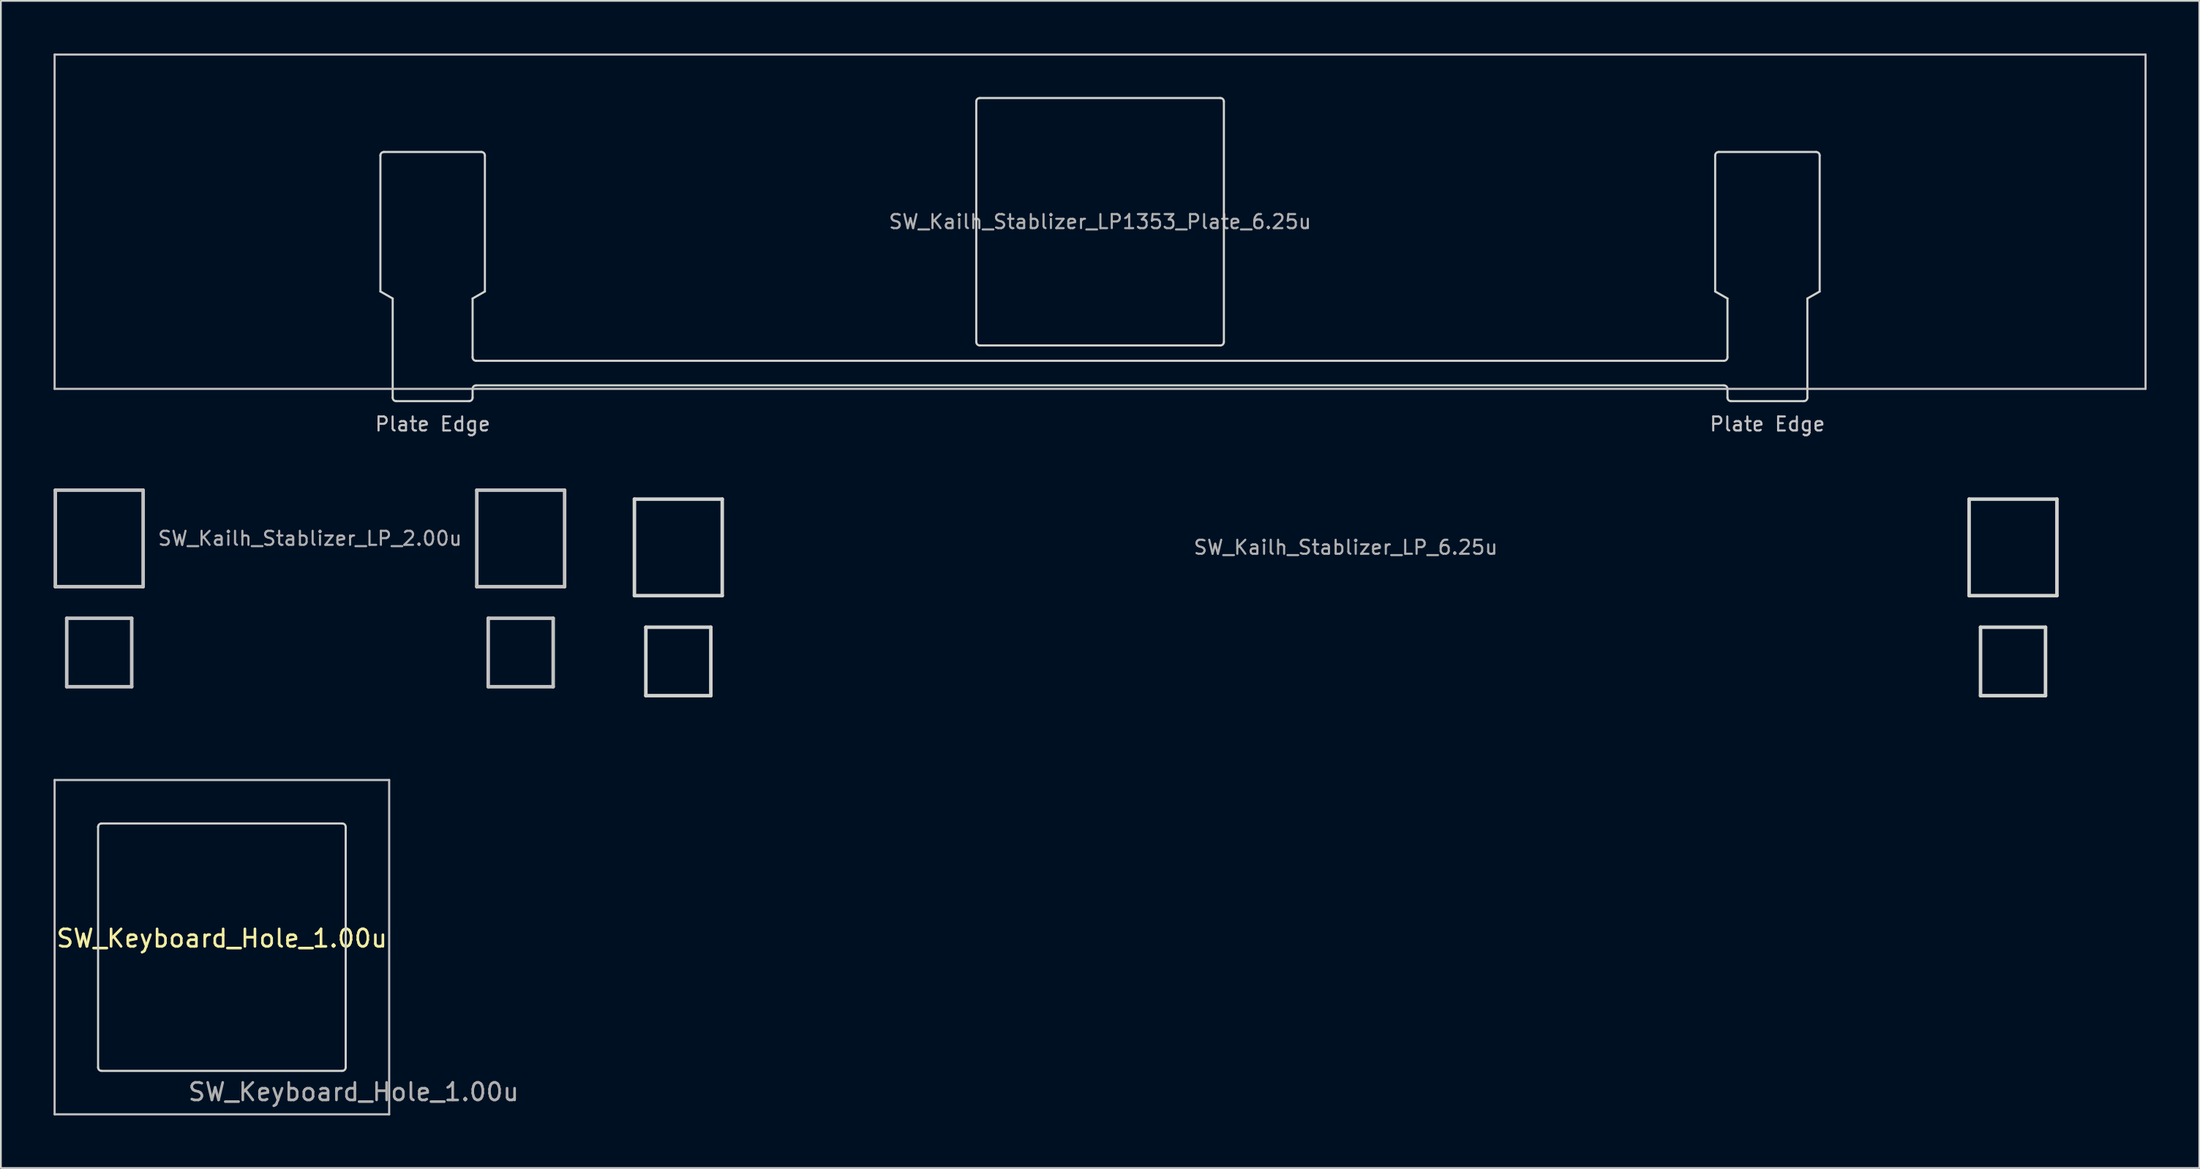
<source format=kicad_pcb>
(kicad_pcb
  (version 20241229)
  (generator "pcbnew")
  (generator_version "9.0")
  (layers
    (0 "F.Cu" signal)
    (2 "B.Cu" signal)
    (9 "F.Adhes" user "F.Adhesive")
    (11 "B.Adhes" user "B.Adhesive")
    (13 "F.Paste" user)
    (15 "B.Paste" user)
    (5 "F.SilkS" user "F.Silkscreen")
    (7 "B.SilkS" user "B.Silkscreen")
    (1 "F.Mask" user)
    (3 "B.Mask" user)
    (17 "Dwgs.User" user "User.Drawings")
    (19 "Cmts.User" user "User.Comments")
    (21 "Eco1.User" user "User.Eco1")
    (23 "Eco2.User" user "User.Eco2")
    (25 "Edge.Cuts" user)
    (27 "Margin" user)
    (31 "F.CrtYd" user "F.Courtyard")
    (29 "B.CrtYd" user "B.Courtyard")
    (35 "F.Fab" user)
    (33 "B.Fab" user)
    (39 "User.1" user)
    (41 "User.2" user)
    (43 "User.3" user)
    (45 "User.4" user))
  (footprint "SW_Kailh_Stablizer_LP_2.00u"
    (layer "F.Cu")
    (at 14.6 27.632)
    (property "Reference" "SW_Kailh_Stablizer_LP_2.00u" (at 0 0 0) (layer "F.Fab") (effects (font (size 0.8 0.8) (thickness 0.12))))
    (attr smd)
    (fp_line (start -14.5 -2.75) (end -14.5 2.75) (stroke (width 0.2) (type solid)) (layer "Dwgs.User"))
    (fp_line (start -14.5 2.75) (end -9.5 2.75) (stroke (width 0.2) (type solid)) (layer "Dwgs.User"))
    (fp_line (start -13.85 8.45) (end -13.85 4.55) (stroke (width 0.2) (type solid)) (layer "Dwgs.User"))
    (fp_line (start -13.85 8.45) (end -10.15 8.45) (stroke (width 0.2) (type solid)) (layer "Dwgs.User"))
    (fp_line (start -10.15 4.55) (end -13.85 4.55) (stroke (width 0.2) (type solid)) (layer "Dwgs.User"))
    (fp_line (start -10.15 8.45) (end -10.15 4.55) (stroke (width 0.2) (type solid)) (layer "Dwgs.User"))
    (fp_line (start -9.5 -2.75) (end -14.5 -2.75) (stroke (width 0.2) (type solid)) (layer "Dwgs.User"))
    (fp_line (start -9.5 2.75) (end -9.5 -2.75) (stroke (width 0.2) (type solid)) (layer "Dwgs.User"))
    (fp_line (start 9.5 -2.75) (end 9.5 2.75) (stroke (width 0.2) (type solid)) (layer "Dwgs.User"))
    (fp_line (start 9.5 2.75) (end 14.5 2.75) (stroke (width 0.2) (type solid)) (layer "Dwgs.User"))
    (fp_line (start 10.15 8.45) (end 10.15 4.55) (stroke (width 0.2) (type solid)) (layer "Dwgs.User"))
    (fp_line (start 10.15 8.45) (end 13.85 8.45) (stroke (width 0.2) (type solid)) (layer "Dwgs.User"))
    (fp_line (start 13.85 4.55) (end 10.15 4.55) (stroke (width 0.2) (type solid)) (layer "Dwgs.User"))
    (fp_line (start 13.85 8.45) (end 13.85 4.55) (stroke (width 0.2) (type solid)) (layer "Dwgs.User"))
    (fp_line (start 14.5 -2.75) (end 9.5 -2.75) (stroke (width 0.2) (type solid)) (layer "Dwgs.User"))
    (fp_line (start 14.5 2.75) (end 14.5 -2.75) (stroke (width 0.2) (type solid)) (layer "Dwgs.User")))
  (footprint "SW_Kailh_Stablizer_LP1353_Plate_6.25u"
    (layer "F.Cu")
    (at 59.591 9.585)
    (property "Reference" "SW_Kailh_Stablizer_LP1353_Plate_6.25u" (at 0 0 0) (layer "F.Fab") (effects (font (size 0.8 0.8) (thickness 0.12))))
    (attr smd)
    (fp_line (start -59.531 9.525) (end -59.531 -9.525) (stroke (width 0.12) (type default)) (layer "Dwgs.User"))
    (fp_line (start -59.531 9.525) (end 59.531 9.525) (stroke (width 0.12) (type default)) (layer "Dwgs.User"))
    (fp_line (start 59.531 -9.525) (end -59.531 -9.525) (stroke (width 0.12) (type default)) (layer "Dwgs.User"))
    (fp_line (start 59.531 9.525) (end 59.531 -9.525) (stroke (width 0.12) (type default)) (layer "Dwgs.User"))
    (fp_line (start -40.98 3.975) (end -40.98 -3.775) (stroke (width 0.12) (type default)) (layer "Edge.Cuts"))
    (fp_line (start -40.98 3.975) (end -40.28 4.375) (stroke (width 0.12) (type default)) (layer "Edge.Cuts"))
    (fp_line (start -40.78 -3.975) (end -35.23 -3.975) (stroke (width 0.12) (type default)) (layer "Edge.Cuts"))
    (fp_line (start -40.28 4.375) (end -40.28 10.025) (stroke (width 0.12) (type default)) (layer "Edge.Cuts"))
    (fp_line (start -40.08 10.225) (end -35.93 10.225) (stroke (width 0.12) (type default)) (layer "Edge.Cuts"))
    (fp_line (start -35.73 4.375) (end -35.73 7.725) (stroke (width 0.12) (type default)) (layer "Edge.Cuts"))
    (fp_line (start -35.73 10.025) (end -35.73 9.525) (stroke (width 0.12) (type default)) (layer "Edge.Cuts"))
    (fp_line (start -35.53 7.925) (end 35.525 7.925) (stroke (width 0.12) (type default)) (layer "Edge.Cuts"))
    (fp_line (start -35.53 9.325) (end 35.525 9.325) (stroke (width 0.12) (type default)) (layer "Edge.Cuts"))
    (fp_line (start -35.03 3.975) (end -35.73 4.375) (stroke (width 0.12) (type default)) (layer "Edge.Cuts"))
    (fp_line (start -35.03 3.975) (end -35.03 -3.775) (stroke (width 0.12) (type default)) (layer "Edge.Cuts"))
    (fp_line (start -7.05 6.85) (end -7.05 -6.85) (stroke (width 0.12) (type default)) (layer "Edge.Cuts"))
    (fp_line (start -6.85 -7.05) (end 6.85 -7.05) (stroke (width 0.12) (type default)) (layer "Edge.Cuts"))
    (fp_line (start 6.85 7.05) (end -6.85 7.05) (stroke (width 0.12) (type default)) (layer "Edge.Cuts"))
    (fp_line (start 7.05 6.85) (end 7.05 -6.85) (stroke (width 0.12) (type default)) (layer "Edge.Cuts"))
    (fp_line (start 35.025 3.975) (end 35.025 -3.775) (stroke (width 0.12) (type default)) (layer "Edge.Cuts"))
    (fp_line (start 35.025 3.975) (end 35.725 4.375) (stroke (width 0.12) (type default)) (layer "Edge.Cuts"))
    (fp_line (start 35.725 4.375) (end 35.725 7.725) (stroke (width 0.12) (type default)) (layer "Edge.Cuts"))
    (fp_line (start 35.725 10.025) (end 35.725 9.525) (stroke (width 0.12) (type default)) (layer "Edge.Cuts"))
    (fp_line (start 40.075 10.225) (end 35.925 10.225) (stroke (width 0.12) (type default)) (layer "Edge.Cuts"))
    (fp_line (start 40.275 4.375) (end 40.275 10.025) (stroke (width 0.12) (type default)) (layer "Edge.Cuts"))
    (fp_line (start 40.775 -3.975) (end 35.225 -3.975) (stroke (width 0.12) (type default)) (layer "Edge.Cuts"))
    (fp_line (start 40.975 3.975) (end 40.275 4.375) (stroke (width 0.12) (type default)) (layer "Edge.Cuts"))
    (fp_line (start 40.975 3.975) (end 40.975 -3.775) (stroke (width 0.12) (type default)) (layer "Edge.Cuts"))
    (fp_arc (start -40.98 -3.775) (mid -40.921421 -3.916421) (end -40.78 -3.975) (stroke (width 0.12) (type default)) (layer "Edge.Cuts"))
    (fp_arc (start -40.08 10.225) (mid -40.221421 10.166421) (end -40.28 10.025) (stroke (width 0.12) (type default)) (layer "Edge.Cuts"))
    (fp_arc (start -35.73 9.525) (mid -35.671421 9.383579) (end -35.53 9.325) (stroke (width 0.12) (type default)) (layer "Edge.Cuts"))
    (fp_arc (start -35.73 10.025) (mid -35.788579 10.166421) (end -35.93 10.225) (stroke (width 0.12) (type default)) (layer "Edge.Cuts"))
    (fp_arc (start -35.53 7.925) (mid -35.671421 7.866421) (end -35.73 7.725) (stroke (width 0.12) (type default)) (layer "Edge.Cuts"))
    (fp_arc (start -35.23 -3.975) (mid -35.088608 -3.916392) (end -35.03 -3.775) (stroke (width 0.12) (type default)) (layer "Edge.Cuts"))
    (fp_arc (start -7.05 -6.85) (mid -6.991415 -6.991415) (end -6.85 -7.05) (stroke (width 0.12) (type default)) (layer "Edge.Cuts"))
    (fp_arc (start -6.85 7.05) (mid -6.991415 6.991415) (end -7.05 6.85) (stroke (width 0.12) (type default)) (layer "Edge.Cuts"))
    (fp_arc (start 6.85 -7.05) (mid 6.991421 -6.991421) (end 7.05 -6.85) (stroke (width 0.12) (type default)) (layer "Edge.Cuts"))
    (fp_arc (start 7.05 6.85) (mid 6.991421 6.991421) (end 6.85 7.05) (stroke (width 0.12) (type default)) (layer "Edge.Cuts"))
    (fp_arc (start 35.025 -3.775) (mid 35.083594 -3.916406) (end 35.225 -3.975) (stroke (width 0.12) (type default)) (layer "Edge.Cuts"))
    (fp_arc (start 35.525 9.325) (mid 35.666415 9.383585) (end 35.725 9.525) (stroke (width 0.12) (type default)) (layer "Edge.Cuts"))
    (fp_arc (start 35.725 7.725) (mid 35.666436 7.866436) (end 35.525 7.925) (stroke (width 0.12) (type default)) (layer "Edge.Cuts"))
    (fp_arc (start 35.925 10.225) (mid 35.783572 10.166428) (end 35.725 10.025) (stroke (width 0.12) (type default)) (layer "Edge.Cuts"))
    (fp_arc (start 40.275 10.025) (mid 40.216427 10.166414) (end 40.075 10.225) (stroke (width 0.12) (type default)) (layer "Edge.Cuts"))
    (fp_arc (start 40.775 -3.975) (mid 40.916413 -3.916413) (end 40.975 -3.775) (stroke (width 0.12) (type default)) (layer "Edge.Cuts"))
    (fp_text user "Plate Edge" (at -38 12 0) (unlocked yes) (layer "Dwgs.User") (effects (font (size 0.8 0.8) (thickness 0.12)) (justify bottom)))
    (fp_text user "Plate Edge" (at 38 12 0) (unlocked yes) (layer "Dwgs.User") (effects (font (size 0.8 0.8) (thickness 0.12)) (justify bottom))))
  (footprint "SW_Kailh_Stablizer_LP_6.25u"
    (layer "F.Cu")
    (at 73.576 28.142)
    (property "Reference" "SW_Kailh_Stablizer_LP_6.25u" (at 0 0 0) (layer "F.Fab") (effects (font (size 0.8 0.8) (thickness 0.12))))
    (attr smd)
    (fp_line (start -41.15 -3.3) (end -41.15 3.3) (stroke (width 0.12) (type default)) (layer "Eco1.User"))
    (fp_line (start -41.15 -3.3) (end -34.85 -3.3) (stroke (width 0.12) (type default)) (layer "Eco1.User"))
    (fp_line (start -41.15 3.3) (end -39.6 3.3) (stroke (width 0.12) (type default)) (layer "Eco1.User"))
    (fp_line (start -39.6 8) (end -39.6 3.3) (stroke (width 0.12) (type default)) (layer "Eco1.User"))
    (fp_line (start -39.6 8) (end -36.4 8) (stroke (width 0.12) (type default)) (layer "Eco1.User"))
    (fp_line (start -36.4 3.3) (end -34.85 3.3) (stroke (width 0.12) (type default)) (layer "Eco1.User"))
    (fp_line (start -36.4 8) (end -36.4 3.3) (stroke (width 0.12) (type default)) (layer "Eco1.User"))
    (fp_line (start -34.85 3.3) (end -34.85 -3.3) (stroke (width 0.12) (type default)) (layer "Eco1.User"))
    (fp_line (start 34.85 -3.3) (end 34.85 3.3) (stroke (width 0.12) (type default)) (layer "Eco1.User"))
    (fp_line (start 34.85 -3.3) (end 41.15 -3.3) (stroke (width 0.12) (type default)) (layer "Eco1.User"))
    (fp_line (start 34.85 3.3) (end 36.4 3.3) (stroke (width 0.12) (type default)) (layer "Eco1.User"))
    (fp_line (start 36.4 8) (end 36.4 3.3) (stroke (width 0.12) (type default)) (layer "Eco1.User"))
    (fp_line (start 36.4 8) (end 39.6 8) (stroke (width 0.12) (type default)) (layer "Eco1.User"))
    (fp_line (start 39.6 3.3) (end 41.15 3.3) (stroke (width 0.12) (type default)) (layer "Eco1.User"))
    (fp_line (start 39.6 8) (end 39.6 3.3) (stroke (width 0.12) (type default)) (layer "Eco1.User"))
    (fp_line (start 41.15 3.3) (end 41.15 -3.3) (stroke (width 0.12) (type default)) (layer "Eco1.User"))
    (fp_line (start -40.5 -2.75) (end -40.5 2.75) (stroke (width 0.2) (type solid)) (layer "Edge.Cuts"))
    (fp_line (start -40.5 2.75) (end -35.5 2.75) (stroke (width 0.2) (type solid)) (layer "Edge.Cuts"))
    (fp_line (start -39.85 8.45) (end -39.85 4.55) (stroke (width 0.2) (type solid)) (layer "Edge.Cuts"))
    (fp_line (start -39.85 8.45) (end -36.15 8.45) (stroke (width 0.2) (type solid)) (layer "Edge.Cuts"))
    (fp_line (start -36.15 4.55) (end -39.85 4.55) (stroke (width 0.2) (type solid)) (layer "Edge.Cuts"))
    (fp_line (start -36.15 8.45) (end -36.15 4.55) (stroke (width 0.2) (type solid)) (layer "Edge.Cuts"))
    (fp_line (start -35.5 -2.75) (end -40.5 -2.75) (stroke (width 0.2) (type solid)) (layer "Edge.Cuts"))
    (fp_line (start -35.5 2.75) (end -35.5 -2.75) (stroke (width 0.2) (type solid)) (layer "Edge.Cuts"))
    (fp_line (start 35.5 -2.75) (end 35.5 2.75) (stroke (width 0.2) (type solid)) (layer "Edge.Cuts"))
    (fp_line (start 35.5 2.75) (end 40.5 2.75) (stroke (width 0.2) (type solid)) (layer "Edge.Cuts"))
    (fp_line (start 36.15 8.45) (end 36.15 4.55) (stroke (width 0.2) (type solid)) (layer "Edge.Cuts"))
    (fp_line (start 36.15 8.45) (end 39.85 8.45) (stroke (width 0.2) (type solid)) (layer "Edge.Cuts"))
    (fp_line (start 39.85 4.55) (end 36.15 4.55) (stroke (width 0.2) (type solid)) (layer "Edge.Cuts"))
    (fp_line (start 39.85 8.45) (end 39.85 4.55) (stroke (width 0.2) (type solid)) (layer "Edge.Cuts"))
    (fp_line (start 40.5 -2.75) (end 35.5 -2.75) (stroke (width 0.2) (type solid)) (layer "Edge.Cuts"))
    (fp_line (start 40.5 2.75) (end 40.5 -2.75) (stroke (width 0.2) (type solid)) (layer "Edge.Cuts"))
    (fp_text user "Plate Edge" (at -38 10 0) (unlocked yes) (layer "Eco1.User") (effects (font (size 0.8 0.8) (thickness 0.12)) (justify bottom)))
    (fp_text user "Plate Edge" (at 38 10 0) (unlocked yes) (layer "Eco1.User") (effects (font (size 0.8 0.8) (thickness 0.12)) (justify bottom))))
  (footprint "SW_Keyboard_Hole_1.00u"
    (layer "F.Cu")
    (at 9.585 50.924)
    (property "Reference" "SW_Keyboard_Hole_1.00u" (at 0 -0.5 0) (unlocked yes) (layer "F.SilkS") (effects (font (size 1 1) (thickness 0.15))))
    (fp_line (start -9.525 -9.525) (end 9.525 -9.525) (stroke (width 0.12) (type default)) (layer "Dwgs.User"))
    (fp_line (start -9.525 9.525) (end -9.525 -9.525) (stroke (width 0.12) (type default)) (layer "Dwgs.User"))
    (fp_line (start 9.525 9.525) (end -9.525 9.525) (stroke (width 0.12) (type default)) (layer "Dwgs.User"))
    (fp_line (start 9.525 9.525) (end 9.525 -9.525) (stroke (width 0.12) (type default)) (layer "Dwgs.User"))
    (fp_line (start -7.05 6.85) (end -7.05 -6.85) (stroke (width 0.12) (type default)) (layer "Edge.Cuts"))
    (fp_line (start -6.85 -7.05) (end 6.85 -7.05) (stroke (width 0.12) (type default)) (layer "Edge.Cuts"))
    (fp_line (start 6.85 7.05) (end -6.85 7.05) (stroke (width 0.12) (type default)) (layer "Edge.Cuts"))
    (fp_line (start 7.05 -6.85) (end 7.05 6.85) (stroke (width 0.12) (type default)) (layer "Edge.Cuts"))
    (fp_arc (start -7.05 -6.85) (mid -6.991415 -6.991415) (end -6.85 -7.05) (stroke (width 0.12) (type default)) (layer "Edge.Cuts"))
    (fp_arc (start -6.85 7.05) (mid -6.991415 6.991415) (end -7.05 6.85) (stroke (width 0.12) (type default)) (layer "Edge.Cuts"))
    (fp_arc (start 6.85 -7.05) (mid 6.991415 -6.991415) (end 7.05 -6.85) (stroke (width 0.12) (type default)) (layer "Edge.Cuts"))
    (fp_arc (start 7.05 6.85) (mid 6.991415 6.991415) (end 6.85 7.05) (stroke (width 0.12) (type default)) (layer "Edge.Cuts"))
    (fp_text user "${REFERENCE}" (at 7.5 8.25 0) (unlocked yes) (layer "F.Fab") (effects (font (size 1 1) (thickness 0.15)))))
  (gr_rect
    (start -3 -3)
    (end 122.183 63.509)
    (stroke (width 0.1) (type default))
    (fill no)
    (layer "Edge.Cuts")))
</source>
